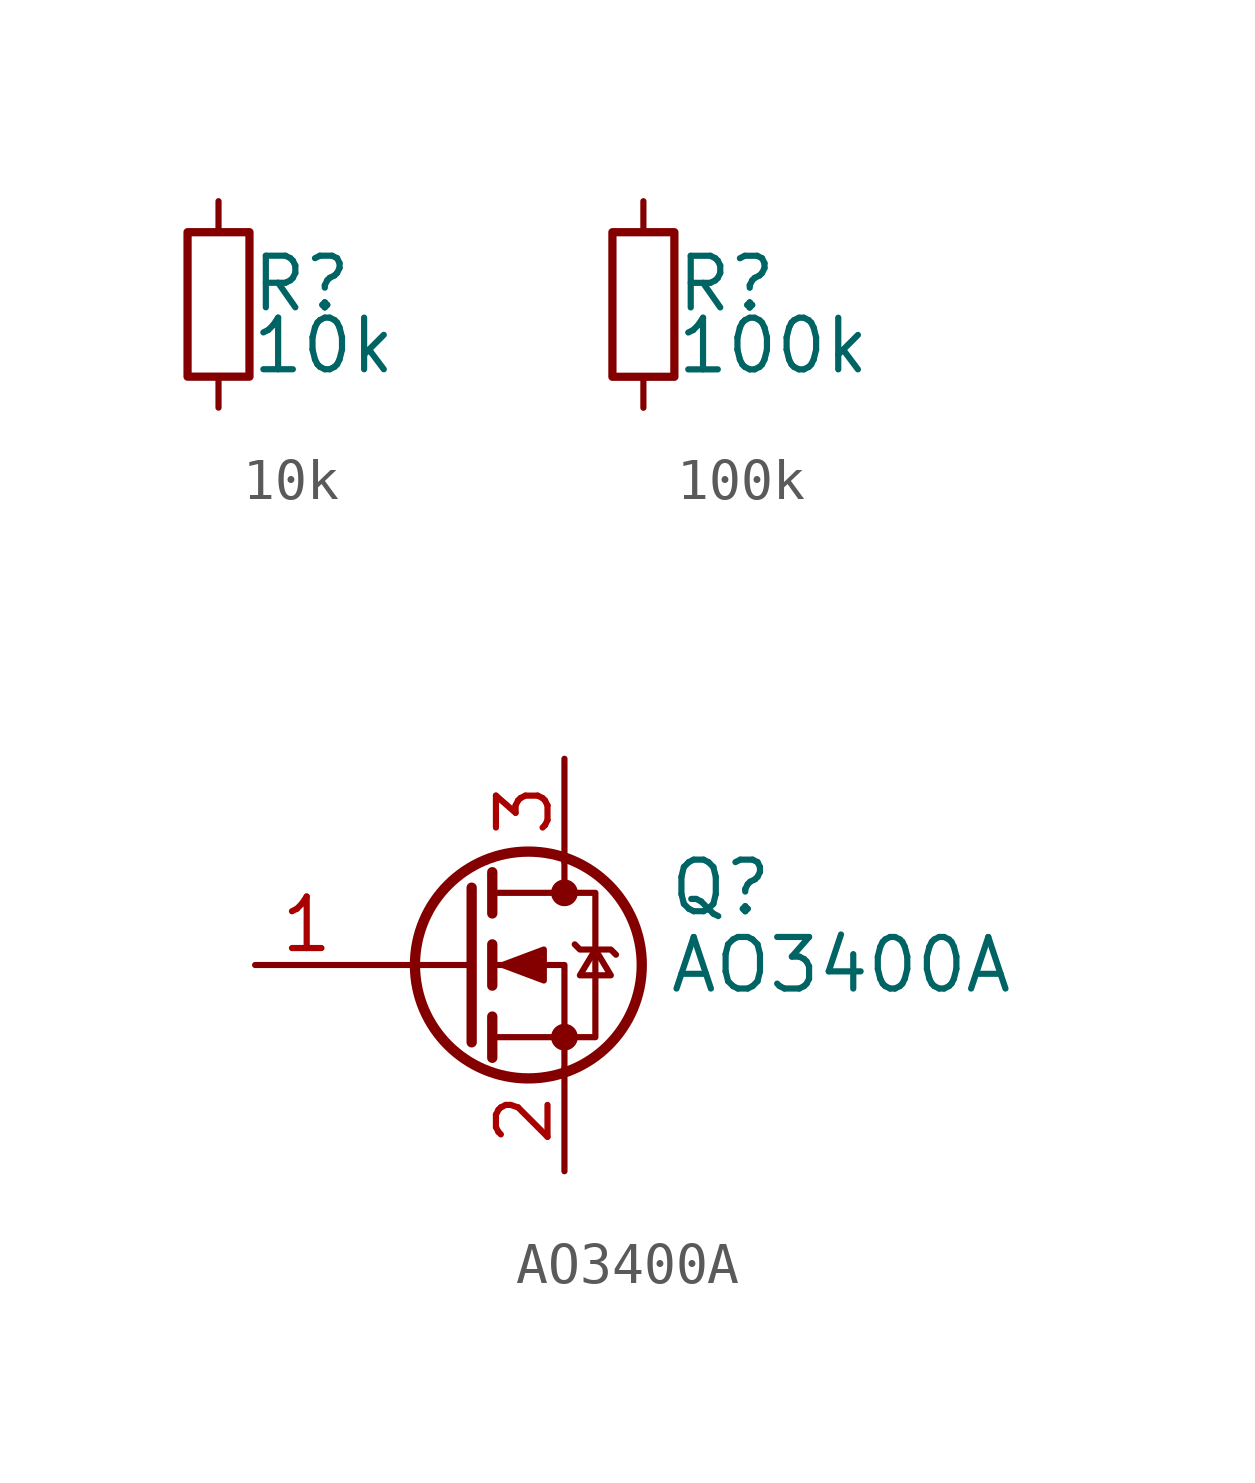
<source format=kicad_sym>
(kicad_symbol_lib
  (version 20231120)
  (generator "kicad_symbol_editor")
  (generator_version "8.0")
  (symbol "10k"
    (property "Reference" "R"
      (at 0.762 0.508 0)
      (effects (font (size 1.27 1.27)) (justify left)))
    (property "Value" "10k"
      (at 0.762 -1.016 0)
      (effects (font (size 1.27 1.27)) (justify left)))
    (property "ki_locked" ""
      (at 0 0 0)
      (effects (font (size 1.27 1.27))))
    (symbol "10k_0_0"
      (rectangle (start -0.762 1.778) (end 0.762 -1.778) (stroke (width 0.203) (type default)) (fill (type none)))
      (pin passive line (at 0 2.54 270) (length 0.762) (name "~" (effects (font (size 0 0)))) (number "1" (effects (font (size 0 0)))))
      (pin passive line (at 0 -2.54 90) (length 0.762) (name "~" (effects (font (size 0 0)))) (number "2" (effects (font (size 0 0)))))))
  (symbol "100k"
    (property "Reference" "R"
      (at 0.762 0.508 0)
      (effects (font (size 1.27 1.27)) (justify left)))
    (property "Value" "100k"
      (at 0.762 -1.016 0)
      (effects (font (size 1.27 1.27)) (justify left)))
    (property "ki_locked" ""
      (at 0 0 0)
      (effects (font (size 1.27 1.27))))
    (symbol "100k_0_0"
      (rectangle (start -0.762 1.778) (end 0.762 -1.778) (stroke (width 0.203) (type default)) (fill (type none)))
      (pin passive line (at 0 2.54 270) (length 0.762) (name "~" (effects (font (size 0 0)))) (number "1" (effects (font (size 0 0)))))
      (pin passive line (at 0 -2.54 90) (length 0.762) (name "~" (effects (font (size 0 0)))) (number "2" (effects (font (size 0 0)))))))
  (symbol "AO3400A"
    (pin_names hide)
    (property "Reference" "Q"
      (at 5.08 1.905 0)
      (effects (font (size 1.27 1.27)) (justify left)))
    (property "Value" "AO3400A"
      (at 5.08 0 0)
      (effects (font (size 1.27 1.27)) (justify left)))
    (symbol "AO3400A_0_1"
      (polyline (pts (xy 0.254 0) (xy -2.54 0)) (stroke (width 0) (type default)) (fill (type none)))
      (polyline (pts (xy 0.254 1.905) (xy 0.254 -1.905)) (stroke (width 0.254) (type default)) (fill (type none)))
      (polyline (pts (xy 0.762 -1.27) (xy 0.762 -2.286)) (stroke (width 0.254) (type default)) (fill (type none)))
      (polyline (pts (xy 0.762 0.508) (xy 0.762 -0.508)) (stroke (width 0.254) (type default)) (fill (type none)))
      (polyline (pts (xy 0.762 2.286) (xy 0.762 1.27)) (stroke (width 0.254) (type default)) (fill (type none)))
      (polyline (pts (xy 2.54 2.54) (xy 2.54 1.778)) (stroke (width 0) (type default)) (fill (type none)))
      (polyline (pts (xy 2.54 -2.54) (xy 2.54 0) (xy 0.762 0)) (stroke (width 0) (type default)) (fill (type none)))
      (polyline (pts (xy 0.762 -1.778) (xy 3.302 -1.778) (xy 3.302 1.778) (xy 0.762 1.778)) (stroke (width 0) (type default)) (fill (type none)))
      (polyline (pts (xy 1.016 0) (xy 2.032 0.381) (xy 2.032 -0.381) (xy 1.016 0)) (stroke (width 0) (type default)) (fill (type outline)))
      (polyline (pts (xy 2.794 0.508) (xy 2.921 0.381) (xy 3.683 0.381) (xy 3.81 0.254)) (stroke (width 0) (type default)) (fill (type none)))
      (polyline (pts (xy 3.302 0.381) (xy 2.921 -0.254) (xy 3.683 -0.254) (xy 3.302 0.381)) (stroke (width 0) (type default)) (fill (type none)))
      (circle (center 1.651 0) (radius 2.794) (stroke (width 0.254) (type default)) (fill (type none)))
      (circle (center 2.54 -1.778) (radius 0.254) (stroke (width 0) (type default)) (fill (type outline)))
      (circle (center 2.54 1.778) (radius 0.254) (stroke (width 0) (type default)) (fill (type outline))))
    (symbol "AO3400A_1_1"
      (pin input line (at -5.08 0 0) (length 2.54) (name "G" (effects (font (size 1.27 1.27)))) (number "1" (effects (font (size 1.27 1.27)))))
      (pin passive line (at 2.54 -5.08 90) (length 2.54) (name "S" (effects (font (size 1.27 1.27)))) (number "2" (effects (font (size 1.27 1.27)))))
      (pin passive line (at 2.54 5.08 270) (length 2.54) (name "D" (effects (font (size 1.27 1.27)))) (number "3" (effects (font (size 1.27 1.27))))))))
</source>
